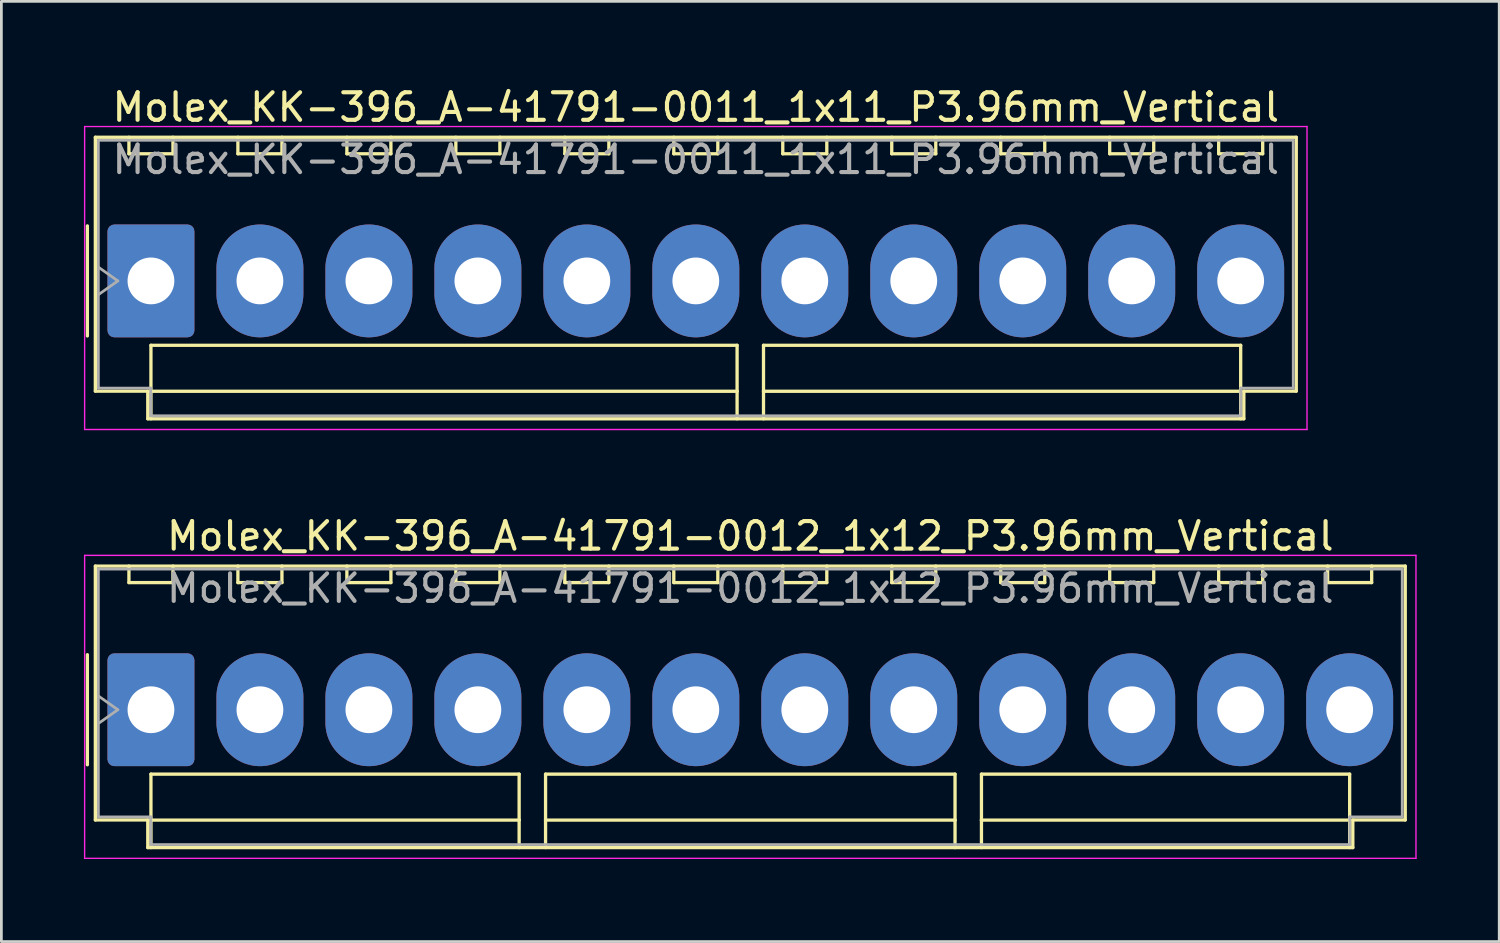
<source format=kicad_pcb>
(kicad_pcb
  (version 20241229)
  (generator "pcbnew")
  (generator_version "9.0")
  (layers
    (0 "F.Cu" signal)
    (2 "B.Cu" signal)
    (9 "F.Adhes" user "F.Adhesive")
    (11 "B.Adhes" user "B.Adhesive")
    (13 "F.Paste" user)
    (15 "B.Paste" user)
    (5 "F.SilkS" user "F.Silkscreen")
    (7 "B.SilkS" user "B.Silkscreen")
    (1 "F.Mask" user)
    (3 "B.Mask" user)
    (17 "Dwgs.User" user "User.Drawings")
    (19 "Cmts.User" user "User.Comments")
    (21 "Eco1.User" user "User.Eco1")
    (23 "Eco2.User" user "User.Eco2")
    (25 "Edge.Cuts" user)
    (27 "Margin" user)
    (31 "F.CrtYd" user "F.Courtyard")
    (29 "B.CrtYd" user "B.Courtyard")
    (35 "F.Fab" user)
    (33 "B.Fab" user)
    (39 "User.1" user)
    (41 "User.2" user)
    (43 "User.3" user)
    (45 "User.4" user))
  (footprint "Molex_KK-396_A-41791-0011_1x11_P3.96mm_Vertical"
    (layer "F.Cu")
    (at 2.435 7.158)
    (property "Reference" "Molex_KK-396_A-41791-0011_1x11_P3.96mm_Vertical" (at 19.8 -6.31 0) (layer "F.SilkS") (effects (font (size 1 1) (thickness 0.15))))
    (attr through_hole)
    (fp_line (start -2.31 -2) (end -2.31 2) (stroke (width 0.12) (type solid)) (layer "F.SilkS"))
    (fp_line (start -2.02 -5.22) (end 41.62 -5.22) (stroke (width 0.12) (type solid)) (layer "F.SilkS"))
    (fp_line (start -2.02 4.005) (end -2.02 -5.22) (stroke (width 0.12) (type solid)) (layer "F.SilkS"))
    (fp_line (start -0.8 -5.22) (end -0.8 -4.62) (stroke (width 0.12) (type solid)) (layer "F.SilkS"))
    (fp_line (start -0.8 -4.62) (end 0.8 -4.62) (stroke (width 0.12) (type solid)) (layer "F.SilkS"))
    (fp_line (start -0.115 4.005) (end -2.02 4.005) (stroke (width 0.12) (type solid)) (layer "F.SilkS"))
    (fp_line (start -0.115 5.01) (end -0.115 4.005) (stroke (width 0.12) (type solid)) (layer "F.SilkS"))
    (fp_line (start 0 2.34) (end 21.3 2.34) (stroke (width 0.12) (type solid)) (layer "F.SilkS"))
    (fp_line (start 0 4.01) (end 0 2.34) (stroke (width 0.12) (type solid)) (layer "F.SilkS"))
    (fp_line (start 0 4.01) (end 21.3 4.01) (stroke (width 0.12) (type solid)) (layer "F.SilkS"))
    (fp_line (start 0 5.01) (end 0 4.01) (stroke (width 0.12) (type solid)) (layer "F.SilkS"))
    (fp_line (start 0.8 -4.62) (end 0.8 -5.22) (stroke (width 0.12) (type solid)) (layer "F.SilkS"))
    (fp_line (start 3.16 -5.22) (end 3.16 -4.62) (stroke (width 0.12) (type solid)) (layer "F.SilkS"))
    (fp_line (start 3.16 -4.62) (end 4.76 -4.62) (stroke (width 0.12) (type solid)) (layer "F.SilkS"))
    (fp_line (start 4.76 -4.62) (end 4.76 -5.22) (stroke (width 0.12) (type solid)) (layer "F.SilkS"))
    (fp_line (start 7.12 -5.22) (end 7.12 -4.62) (stroke (width 0.12) (type solid)) (layer "F.SilkS"))
    (fp_line (start 7.12 -4.62) (end 8.72 -4.62) (stroke (width 0.12) (type solid)) (layer "F.SilkS"))
    (fp_line (start 8.72 -4.62) (end 8.72 -5.22) (stroke (width 0.12) (type solid)) (layer "F.SilkS"))
    (fp_line (start 11.08 -5.22) (end 11.08 -4.62) (stroke (width 0.12) (type solid)) (layer "F.SilkS"))
    (fp_line (start 11.08 -4.62) (end 12.68 -4.62) (stroke (width 0.12) (type solid)) (layer "F.SilkS"))
    (fp_line (start 12.68 -4.62) (end 12.68 -5.22) (stroke (width 0.12) (type solid)) (layer "F.SilkS"))
    (fp_line (start 15.04 -5.22) (end 15.04 -4.62) (stroke (width 0.12) (type solid)) (layer "F.SilkS"))
    (fp_line (start 15.04 -4.62) (end 16.64 -4.62) (stroke (width 0.12) (type solid)) (layer "F.SilkS"))
    (fp_line (start 16.64 -4.62) (end 16.64 -5.22) (stroke (width 0.12) (type solid)) (layer "F.SilkS"))
    (fp_line (start 19 -5.22) (end 19 -4.62) (stroke (width 0.12) (type solid)) (layer "F.SilkS"))
    (fp_line (start 19 -4.62) (end 20.6 -4.62) (stroke (width 0.12) (type solid)) (layer "F.SilkS"))
    (fp_line (start 20.6 -4.62) (end 20.6 -5.22) (stroke (width 0.12) (type solid)) (layer "F.SilkS"))
    (fp_line (start 21.3 2.34) (end 21.3 4.01) (stroke (width 0.12) (type solid)) (layer "F.SilkS"))
    (fp_line (start 21.3 4.01) (end 21.3 5.01) (stroke (width 0.12) (type solid)) (layer "F.SilkS"))
    (fp_line (start 22.26 2.34) (end 39.6 2.34) (stroke (width 0.12) (type solid)) (layer "F.SilkS"))
    (fp_line (start 22.26 4.01) (end 22.26 2.34) (stroke (width 0.12) (type solid)) (layer "F.SilkS"))
    (fp_line (start 22.26 4.01) (end 39.6 4.01) (stroke (width 0.12) (type solid)) (layer "F.SilkS"))
    (fp_line (start 22.26 5.01) (end 22.26 4.01) (stroke (width 0.12) (type solid)) (layer "F.SilkS"))
    (fp_line (start 22.96 -5.22) (end 22.96 -4.62) (stroke (width 0.12) (type solid)) (layer "F.SilkS"))
    (fp_line (start 22.96 -4.62) (end 24.56 -4.62) (stroke (width 0.12) (type solid)) (layer "F.SilkS"))
    (fp_line (start 24.56 -4.62) (end 24.56 -5.22) (stroke (width 0.12) (type solid)) (layer "F.SilkS"))
    (fp_line (start 26.92 -5.22) (end 26.92 -4.62) (stroke (width 0.12) (type solid)) (layer "F.SilkS"))
    (fp_line (start 26.92 -4.62) (end 28.52 -4.62) (stroke (width 0.12) (type solid)) (layer "F.SilkS"))
    (fp_line (start 28.52 -4.62) (end 28.52 -5.22) (stroke (width 0.12) (type solid)) (layer "F.SilkS"))
    (fp_line (start 30.88 -5.22) (end 30.88 -4.62) (stroke (width 0.12) (type solid)) (layer "F.SilkS"))
    (fp_line (start 30.88 -4.62) (end 32.48 -4.62) (stroke (width 0.12) (type solid)) (layer "F.SilkS"))
    (fp_line (start 32.48 -4.62) (end 32.48 -5.22) (stroke (width 0.12) (type solid)) (layer "F.SilkS"))
    (fp_line (start 34.84 -5.22) (end 34.84 -4.62) (stroke (width 0.12) (type solid)) (layer "F.SilkS"))
    (fp_line (start 34.84 -4.62) (end 36.44 -4.62) (stroke (width 0.12) (type solid)) (layer "F.SilkS"))
    (fp_line (start 36.44 -4.62) (end 36.44 -5.22) (stroke (width 0.12) (type solid)) (layer "F.SilkS"))
    (fp_line (start 38.8 -5.22) (end 38.8 -4.62) (stroke (width 0.12) (type solid)) (layer "F.SilkS"))
    (fp_line (start 38.8 -4.62) (end 40.4 -4.62) (stroke (width 0.12) (type solid)) (layer "F.SilkS"))
    (fp_line (start 39.6 2.34) (end 39.6 4.01) (stroke (width 0.12) (type solid)) (layer "F.SilkS"))
    (fp_line (start 39.6 4.01) (end 39.6 5.01) (stroke (width 0.12) (type solid)) (layer "F.SilkS"))
    (fp_line (start 39.715 4.005) (end 39.715 5.01) (stroke (width 0.12) (type solid)) (layer "F.SilkS"))
    (fp_line (start 39.715 5.01) (end -0.115 5.01) (stroke (width 0.12) (type solid)) (layer "F.SilkS"))
    (fp_line (start 40.4 -4.62) (end 40.4 -5.22) (stroke (width 0.12) (type solid)) (layer "F.SilkS"))
    (fp_line (start 41.62 -5.22) (end 41.62 4.005) (stroke (width 0.12) (type solid)) (layer "F.SilkS"))
    (fp_line (start 41.62 4.005) (end 39.715 4.005) (stroke (width 0.12) (type solid)) (layer "F.SilkS"))
    (fp_line (start -2.41 -5.61) (end -2.41 5.4) (stroke (width 0.05) (type solid)) (layer "F.CrtYd"))
    (fp_line (start -2.41 5.4) (end 42.01 5.4) (stroke (width 0.05) (type solid)) (layer "F.CrtYd"))
    (fp_line (start 42.01 -5.61) (end -2.41 -5.61) (stroke (width 0.05) (type solid)) (layer "F.CrtYd"))
    (fp_line (start 42.01 5.4) (end 42.01 -5.61) (stroke (width 0.05) (type solid)) (layer "F.CrtYd"))
    (fp_line (start -1.91 -5.11) (end 41.51 -5.11) (stroke (width 0.1) (type solid)) (layer "F.Fab"))
    (fp_line (start -1.91 -0.5) (end -1.203 0) (stroke (width 0.1) (type solid)) (layer "F.Fab"))
    (fp_line (start -1.91 3.895) (end -1.91 -5.11) (stroke (width 0.1) (type solid)) (layer "F.Fab"))
    (fp_line (start -1.203 0) (end -1.91 0.5) (stroke (width 0.1) (type solid)) (layer "F.Fab"))
    (fp_line (start -0.005 3.895) (end -1.91 3.895) (stroke (width 0.1) (type solid)) (layer "F.Fab"))
    (fp_line (start -0.005 4.9) (end -0.005 3.895) (stroke (width 0.1) (type solid)) (layer "F.Fab"))
    (fp_line (start 39.605 3.895) (end 39.605 4.9) (stroke (width 0.1) (type solid)) (layer "F.Fab"))
    (fp_line (start 39.605 4.9) (end -0.005 4.9) (stroke (width 0.1) (type solid)) (layer "F.Fab"))
    (fp_line (start 41.51 -5.11) (end 41.51 3.895) (stroke (width 0.1) (type solid)) (layer "F.Fab"))
    (fp_line (start 41.51 3.895) (end 39.605 3.895) (stroke (width 0.1) (type solid)) (layer "F.Fab"))
    (fp_text user "${REFERENCE}" (at 19.8 -4.41 0) (layer "F.Fab") (effects (font (size 1 1) (thickness 0.15))))
    (pad "1" thru_hole roundrect (at 0 0) (size 3.16 4.1) (drill 1.7) (layers "*.Cu" "*.Mask") (roundrect_rratio 0.079))
    (pad "2" thru_hole oval (at 3.96 0) (size 3.16 4.1) (drill 1.7) (layers "*.Cu" "*.Mask"))
    (pad "3" thru_hole oval (at 7.92 0) (size 3.16 4.1) (drill 1.7) (layers "*.Cu" "*.Mask"))
    (pad "4" thru_hole oval (at 11.88 0) (size 3.16 4.1) (drill 1.7) (layers "*.Cu" "*.Mask"))
    (pad "5" thru_hole oval (at 15.84 0) (size 3.16 4.1) (drill 1.7) (layers "*.Cu" "*.Mask"))
    (pad "6" thru_hole oval (at 19.8 0) (size 3.16 4.1) (drill 1.7) (layers "*.Cu" "*.Mask"))
    (pad "7" thru_hole oval (at 23.76 0) (size 3.16 4.1) (drill 1.7) (layers "*.Cu" "*.Mask"))
    (pad "8" thru_hole oval (at 27.72 0) (size 3.16 4.1) (drill 1.7) (layers "*.Cu" "*.Mask"))
    (pad "9" thru_hole oval (at 31.68 0) (size 3.16 4.1) (drill 1.7) (layers "*.Cu" "*.Mask"))
    (pad "10" thru_hole oval (at 35.64 0) (size 3.16 4.1) (drill 1.7) (layers "*.Cu" "*.Mask"))
    (pad "11" thru_hole oval (at 39.6 0) (size 3.16 4.1) (drill 1.7) (layers "*.Cu" "*.Mask")))
  (footprint "Molex_KK-396_A-41791-0012_1x12_P3.96mm_Vertical"
    (layer "F.Cu")
    (at 2.435 22.741)
    (property "Reference" "Molex_KK-396_A-41791-0012_1x12_P3.96mm_Vertical" (at 21.78 -6.31 0) (layer "F.SilkS") (effects (font (size 1 1) (thickness 0.15))))
    (attr through_hole)
    (fp_line (start -2.31 -2) (end -2.31 2) (stroke (width 0.12) (type solid)) (layer "F.SilkS"))
    (fp_line (start -2.02 -5.22) (end 45.58 -5.22) (stroke (width 0.12) (type solid)) (layer "F.SilkS"))
    (fp_line (start -2.02 4.005) (end -2.02 -5.22) (stroke (width 0.12) (type solid)) (layer "F.SilkS"))
    (fp_line (start -0.8 -5.22) (end -0.8 -4.62) (stroke (width 0.12) (type solid)) (layer "F.SilkS"))
    (fp_line (start -0.8 -4.62) (end 0.8 -4.62) (stroke (width 0.12) (type solid)) (layer "F.SilkS"))
    (fp_line (start -0.115 4.005) (end -2.02 4.005) (stroke (width 0.12) (type solid)) (layer "F.SilkS"))
    (fp_line (start -0.115 5.01) (end -0.115 4.005) (stroke (width 0.12) (type solid)) (layer "F.SilkS"))
    (fp_line (start 0 2.34) (end 13.38 2.34) (stroke (width 0.12) (type solid)) (layer "F.SilkS"))
    (fp_line (start 0 4.01) (end 0 2.34) (stroke (width 0.12) (type solid)) (layer "F.SilkS"))
    (fp_line (start 0 4.01) (end 13.38 4.01) (stroke (width 0.12) (type solid)) (layer "F.SilkS"))
    (fp_line (start 0 5.01) (end 0 4.01) (stroke (width 0.12) (type solid)) (layer "F.SilkS"))
    (fp_line (start 0.8 -4.62) (end 0.8 -5.22) (stroke (width 0.12) (type solid)) (layer "F.SilkS"))
    (fp_line (start 3.16 -5.22) (end 3.16 -4.62) (stroke (width 0.12) (type solid)) (layer "F.SilkS"))
    (fp_line (start 3.16 -4.62) (end 4.76 -4.62) (stroke (width 0.12) (type solid)) (layer "F.SilkS"))
    (fp_line (start 4.76 -4.62) (end 4.76 -5.22) (stroke (width 0.12) (type solid)) (layer "F.SilkS"))
    (fp_line (start 7.12 -5.22) (end 7.12 -4.62) (stroke (width 0.12) (type solid)) (layer "F.SilkS"))
    (fp_line (start 7.12 -4.62) (end 8.72 -4.62) (stroke (width 0.12) (type solid)) (layer "F.SilkS"))
    (fp_line (start 8.72 -4.62) (end 8.72 -5.22) (stroke (width 0.12) (type solid)) (layer "F.SilkS"))
    (fp_line (start 11.08 -5.22) (end 11.08 -4.62) (stroke (width 0.12) (type solid)) (layer "F.SilkS"))
    (fp_line (start 11.08 -4.62) (end 12.68 -4.62) (stroke (width 0.12) (type solid)) (layer "F.SilkS"))
    (fp_line (start 12.68 -4.62) (end 12.68 -5.22) (stroke (width 0.12) (type solid)) (layer "F.SilkS"))
    (fp_line (start 13.38 2.34) (end 13.38 4.01) (stroke (width 0.12) (type solid)) (layer "F.SilkS"))
    (fp_line (start 13.38 4.01) (end 13.38 5.01) (stroke (width 0.12) (type solid)) (layer "F.SilkS"))
    (fp_line (start 14.34 2.34) (end 29.22 2.34) (stroke (width 0.12) (type solid)) (layer "F.SilkS"))
    (fp_line (start 14.34 4.01) (end 14.34 2.34) (stroke (width 0.12) (type solid)) (layer "F.SilkS"))
    (fp_line (start 14.34 4.01) (end 29.22 4.01) (stroke (width 0.12) (type solid)) (layer "F.SilkS"))
    (fp_line (start 14.34 5.01) (end 14.34 4.01) (stroke (width 0.12) (type solid)) (layer "F.SilkS"))
    (fp_line (start 15.04 -5.22) (end 15.04 -4.62) (stroke (width 0.12) (type solid)) (layer "F.SilkS"))
    (fp_line (start 15.04 -4.62) (end 16.64 -4.62) (stroke (width 0.12) (type solid)) (layer "F.SilkS"))
    (fp_line (start 16.64 -4.62) (end 16.64 -5.22) (stroke (width 0.12) (type solid)) (layer "F.SilkS"))
    (fp_line (start 19 -5.22) (end 19 -4.62) (stroke (width 0.12) (type solid)) (layer "F.SilkS"))
    (fp_line (start 19 -4.62) (end 20.6 -4.62) (stroke (width 0.12) (type solid)) (layer "F.SilkS"))
    (fp_line (start 20.6 -4.62) (end 20.6 -5.22) (stroke (width 0.12) (type solid)) (layer "F.SilkS"))
    (fp_line (start 22.96 -5.22) (end 22.96 -4.62) (stroke (width 0.12) (type solid)) (layer "F.SilkS"))
    (fp_line (start 22.96 -4.62) (end 24.56 -4.62) (stroke (width 0.12) (type solid)) (layer "F.SilkS"))
    (fp_line (start 24.56 -4.62) (end 24.56 -5.22) (stroke (width 0.12) (type solid)) (layer "F.SilkS"))
    (fp_line (start 26.92 -5.22) (end 26.92 -4.62) (stroke (width 0.12) (type solid)) (layer "F.SilkS"))
    (fp_line (start 26.92 -4.62) (end 28.52 -4.62) (stroke (width 0.12) (type solid)) (layer "F.SilkS"))
    (fp_line (start 28.52 -4.62) (end 28.52 -5.22) (stroke (width 0.12) (type solid)) (layer "F.SilkS"))
    (fp_line (start 29.22 2.34) (end 29.22 4.01) (stroke (width 0.12) (type solid)) (layer "F.SilkS"))
    (fp_line (start 29.22 4.01) (end 29.22 5.01) (stroke (width 0.12) (type solid)) (layer "F.SilkS"))
    (fp_line (start 30.18 2.34) (end 43.56 2.34) (stroke (width 0.12) (type solid)) (layer "F.SilkS"))
    (fp_line (start 30.18 4.01) (end 30.18 2.34) (stroke (width 0.12) (type solid)) (layer "F.SilkS"))
    (fp_line (start 30.18 4.01) (end 43.56 4.01) (stroke (width 0.12) (type solid)) (layer "F.SilkS"))
    (fp_line (start 30.18 5.01) (end 30.18 4.01) (stroke (width 0.12) (type solid)) (layer "F.SilkS"))
    (fp_line (start 30.88 -5.22) (end 30.88 -4.62) (stroke (width 0.12) (type solid)) (layer "F.SilkS"))
    (fp_line (start 30.88 -4.62) (end 32.48 -4.62) (stroke (width 0.12) (type solid)) (layer "F.SilkS"))
    (fp_line (start 32.48 -4.62) (end 32.48 -5.22) (stroke (width 0.12) (type solid)) (layer "F.SilkS"))
    (fp_line (start 34.84 -5.22) (end 34.84 -4.62) (stroke (width 0.12) (type solid)) (layer "F.SilkS"))
    (fp_line (start 34.84 -4.62) (end 36.44 -4.62) (stroke (width 0.12) (type solid)) (layer "F.SilkS"))
    (fp_line (start 36.44 -4.62) (end 36.44 -5.22) (stroke (width 0.12) (type solid)) (layer "F.SilkS"))
    (fp_line (start 38.8 -5.22) (end 38.8 -4.62) (stroke (width 0.12) (type solid)) (layer "F.SilkS"))
    (fp_line (start 38.8 -4.62) (end 40.4 -4.62) (stroke (width 0.12) (type solid)) (layer "F.SilkS"))
    (fp_line (start 40.4 -4.62) (end 40.4 -5.22) (stroke (width 0.12) (type solid)) (layer "F.SilkS"))
    (fp_line (start 42.76 -5.22) (end 42.76 -4.62) (stroke (width 0.12) (type solid)) (layer "F.SilkS"))
    (fp_line (start 42.76 -4.62) (end 44.36 -4.62) (stroke (width 0.12) (type solid)) (layer "F.SilkS"))
    (fp_line (start 43.56 2.34) (end 43.56 4.01) (stroke (width 0.12) (type solid)) (layer "F.SilkS"))
    (fp_line (start 43.56 4.01) (end 43.56 5.01) (stroke (width 0.12) (type solid)) (layer "F.SilkS"))
    (fp_line (start 43.675 4.005) (end 43.675 5.01) (stroke (width 0.12) (type solid)) (layer "F.SilkS"))
    (fp_line (start 43.675 5.01) (end -0.115 5.01) (stroke (width 0.12) (type solid)) (layer "F.SilkS"))
    (fp_line (start 44.36 -4.62) (end 44.36 -5.22) (stroke (width 0.12) (type solid)) (layer "F.SilkS"))
    (fp_line (start 45.58 -5.22) (end 45.58 4.005) (stroke (width 0.12) (type solid)) (layer "F.SilkS"))
    (fp_line (start 45.58 4.005) (end 43.675 4.005) (stroke (width 0.12) (type solid)) (layer "F.SilkS"))
    (fp_line (start -2.41 -5.61) (end -2.41 5.4) (stroke (width 0.05) (type solid)) (layer "F.CrtYd"))
    (fp_line (start -2.41 5.4) (end 45.97 5.4) (stroke (width 0.05) (type solid)) (layer "F.CrtYd"))
    (fp_line (start 45.97 -5.61) (end -2.41 -5.61) (stroke (width 0.05) (type solid)) (layer "F.CrtYd"))
    (fp_line (start 45.97 5.4) (end 45.97 -5.61) (stroke (width 0.05) (type solid)) (layer "F.CrtYd"))
    (fp_line (start -1.91 -5.11) (end 45.47 -5.11) (stroke (width 0.1) (type solid)) (layer "F.Fab"))
    (fp_line (start -1.91 -0.5) (end -1.203 0) (stroke (width 0.1) (type solid)) (layer "F.Fab"))
    (fp_line (start -1.91 3.895) (end -1.91 -5.11) (stroke (width 0.1) (type solid)) (layer "F.Fab"))
    (fp_line (start -1.203 0) (end -1.91 0.5) (stroke (width 0.1) (type solid)) (layer "F.Fab"))
    (fp_line (start -0.005 3.895) (end -1.91 3.895) (stroke (width 0.1) (type solid)) (layer "F.Fab"))
    (fp_line (start -0.005 4.9) (end -0.005 3.895) (stroke (width 0.1) (type solid)) (layer "F.Fab"))
    (fp_line (start 43.565 3.895) (end 43.565 4.9) (stroke (width 0.1) (type solid)) (layer "F.Fab"))
    (fp_line (start 43.565 4.9) (end -0.005 4.9) (stroke (width 0.1) (type solid)) (layer "F.Fab"))
    (fp_line (start 45.47 -5.11) (end 45.47 3.895) (stroke (width 0.1) (type solid)) (layer "F.Fab"))
    (fp_line (start 45.47 3.895) (end 43.565 3.895) (stroke (width 0.1) (type solid)) (layer "F.Fab"))
    (fp_text user "${REFERENCE}" (at 21.78 -4.41 0) (layer "F.Fab") (effects (font (size 1 1) (thickness 0.15))))
    (pad "1" thru_hole roundrect (at 0 0) (size 3.16 4.1) (drill 1.7) (layers "*.Cu" "*.Mask") (roundrect_rratio 0.079))
    (pad "2" thru_hole oval (at 3.96 0) (size 3.16 4.1) (drill 1.7) (layers "*.Cu" "*.Mask"))
    (pad "3" thru_hole oval (at 7.92 0) (size 3.16 4.1) (drill 1.7) (layers "*.Cu" "*.Mask"))
    (pad "4" thru_hole oval (at 11.88 0) (size 3.16 4.1) (drill 1.7) (layers "*.Cu" "*.Mask"))
    (pad "5" thru_hole oval (at 15.84 0) (size 3.16 4.1) (drill 1.7) (layers "*.Cu" "*.Mask"))
    (pad "6" thru_hole oval (at 19.8 0) (size 3.16 4.1) (drill 1.7) (layers "*.Cu" "*.Mask"))
    (pad "7" thru_hole oval (at 23.76 0) (size 3.16 4.1) (drill 1.7) (layers "*.Cu" "*.Mask"))
    (pad "8" thru_hole oval (at 27.72 0) (size 3.16 4.1) (drill 1.7) (layers "*.Cu" "*.Mask"))
    (pad "9" thru_hole oval (at 31.68 0) (size 3.16 4.1) (drill 1.7) (layers "*.Cu" "*.Mask"))
    (pad "10" thru_hole oval (at 35.64 0) (size 3.16 4.1) (drill 1.7) (layers "*.Cu" "*.Mask"))
    (pad "11" thru_hole oval (at 39.6 0) (size 3.16 4.1) (drill 1.7) (layers "*.Cu" "*.Mask"))
    (pad "12" thru_hole oval (at 43.56 0) (size 3.16 4.1) (drill 1.7) (layers "*.Cu" "*.Mask")))
  (gr_rect
    (start -3 -3)
    (end 51.43 31.166)
    (stroke (width 0.1) (type default))
    (fill no)
    (layer "Edge.Cuts")))
</source>
